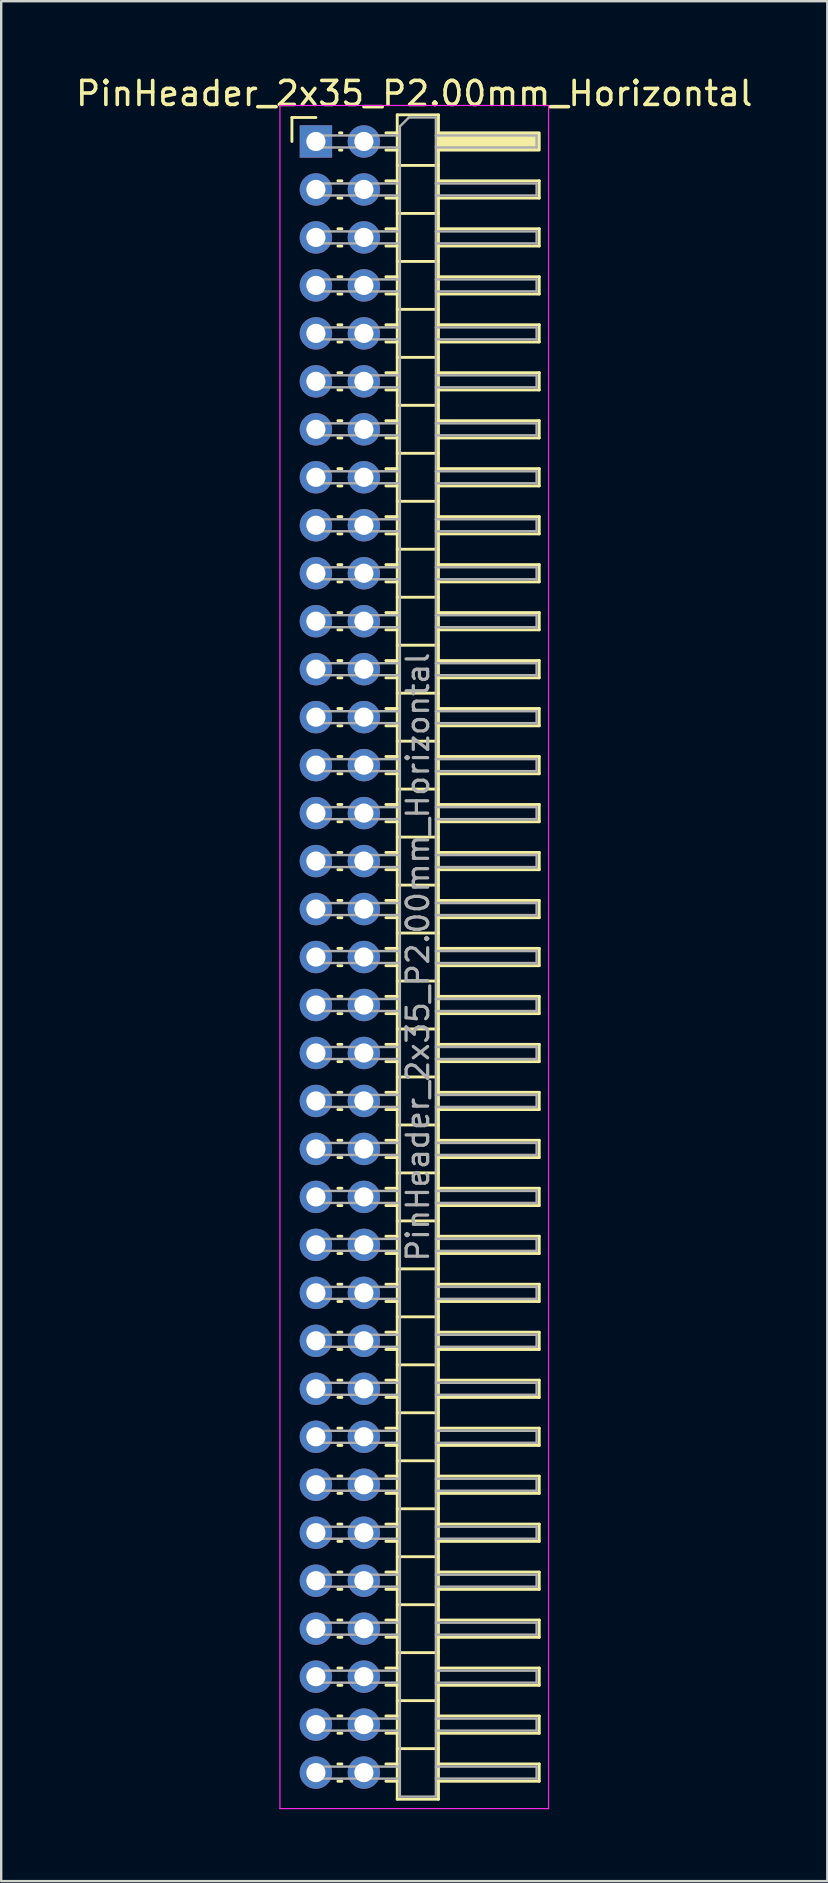
<source format=kicad_pcb>
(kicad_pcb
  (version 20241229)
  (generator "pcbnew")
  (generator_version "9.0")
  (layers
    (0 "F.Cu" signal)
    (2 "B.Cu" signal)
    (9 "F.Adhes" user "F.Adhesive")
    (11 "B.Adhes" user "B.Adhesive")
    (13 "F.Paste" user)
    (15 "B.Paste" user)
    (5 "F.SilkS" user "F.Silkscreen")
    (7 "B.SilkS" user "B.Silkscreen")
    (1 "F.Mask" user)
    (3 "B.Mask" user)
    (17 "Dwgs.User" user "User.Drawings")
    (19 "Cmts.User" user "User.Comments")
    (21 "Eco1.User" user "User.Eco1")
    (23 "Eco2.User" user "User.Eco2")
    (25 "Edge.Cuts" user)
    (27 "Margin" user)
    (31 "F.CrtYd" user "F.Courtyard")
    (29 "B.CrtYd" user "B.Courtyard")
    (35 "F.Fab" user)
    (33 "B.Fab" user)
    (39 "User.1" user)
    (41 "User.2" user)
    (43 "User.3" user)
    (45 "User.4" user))
  (footprint "PinHeader_2x35_P2.00mm_Horizontal"
    (layer "F.Cu")
    (at 10.12 2.848)
    (property "Reference" "PinHeader_2x35_P2.00mm_Horizontal" (at 4.1 -2 0) (layer "F.SilkS") (effects (font (size 1 1) (thickness 0.15))))
    (attr through_hole)
    (fp_line (start -1 -1) (end 0 -1) (stroke (width 0.12) (type solid)) (layer "F.SilkS"))
    (fp_line (start -1 0) (end -1 -1) (stroke (width 0.12) (type solid)) (layer "F.SilkS"))
    (fp_line (start 0.917 1.64) (end 1.083 1.64) (stroke (width 0.12) (type solid)) (layer "F.SilkS"))
    (fp_line (start 0.917 2.36) (end 1.083 2.36) (stroke (width 0.12) (type solid)) (layer "F.SilkS"))
    (fp_line (start 0.917 3.64) (end 1.083 3.64) (stroke (width 0.12) (type solid)) (layer "F.SilkS"))
    (fp_line (start 0.917 4.36) (end 1.083 4.36) (stroke (width 0.12) (type solid)) (layer "F.SilkS"))
    (fp_line (start 0.917 5.64) (end 1.083 5.64) (stroke (width 0.12) (type solid)) (layer "F.SilkS"))
    (fp_line (start 0.917 6.36) (end 1.083 6.36) (stroke (width 0.12) (type solid)) (layer "F.SilkS"))
    (fp_line (start 0.917 7.64) (end 1.083 7.64) (stroke (width 0.12) (type solid)) (layer "F.SilkS"))
    (fp_line (start 0.917 8.36) (end 1.083 8.36) (stroke (width 0.12) (type solid)) (layer "F.SilkS"))
    (fp_line (start 0.917 9.64) (end 1.083 9.64) (stroke (width 0.12) (type solid)) (layer "F.SilkS"))
    (fp_line (start 0.917 10.36) (end 1.083 10.36) (stroke (width 0.12) (type solid)) (layer "F.SilkS"))
    (fp_line (start 0.917 11.64) (end 1.083 11.64) (stroke (width 0.12) (type solid)) (layer "F.SilkS"))
    (fp_line (start 0.917 12.36) (end 1.083 12.36) (stroke (width 0.12) (type solid)) (layer "F.SilkS"))
    (fp_line (start 0.917 13.64) (end 1.083 13.64) (stroke (width 0.12) (type solid)) (layer "F.SilkS"))
    (fp_line (start 0.917 14.36) (end 1.083 14.36) (stroke (width 0.12) (type solid)) (layer "F.SilkS"))
    (fp_line (start 0.917 15.64) (end 1.083 15.64) (stroke (width 0.12) (type solid)) (layer "F.SilkS"))
    (fp_line (start 0.917 16.36) (end 1.083 16.36) (stroke (width 0.12) (type solid)) (layer "F.SilkS"))
    (fp_line (start 0.917 17.64) (end 1.083 17.64) (stroke (width 0.12) (type solid)) (layer "F.SilkS"))
    (fp_line (start 0.917 18.36) (end 1.083 18.36) (stroke (width 0.12) (type solid)) (layer "F.SilkS"))
    (fp_line (start 0.917 19.64) (end 1.083 19.64) (stroke (width 0.12) (type solid)) (layer "F.SilkS"))
    (fp_line (start 0.917 20.36) (end 1.083 20.36) (stroke (width 0.12) (type solid)) (layer "F.SilkS"))
    (fp_line (start 0.917 21.64) (end 1.083 21.64) (stroke (width 0.12) (type solid)) (layer "F.SilkS"))
    (fp_line (start 0.917 22.36) (end 1.083 22.36) (stroke (width 0.12) (type solid)) (layer "F.SilkS"))
    (fp_line (start 0.917 23.64) (end 1.083 23.64) (stroke (width 0.12) (type solid)) (layer "F.SilkS"))
    (fp_line (start 0.917 24.36) (end 1.083 24.36) (stroke (width 0.12) (type solid)) (layer "F.SilkS"))
    (fp_line (start 0.917 25.64) (end 1.083 25.64) (stroke (width 0.12) (type solid)) (layer "F.SilkS"))
    (fp_line (start 0.917 26.36) (end 1.083 26.36) (stroke (width 0.12) (type solid)) (layer "F.SilkS"))
    (fp_line (start 0.917 27.64) (end 1.083 27.64) (stroke (width 0.12) (type solid)) (layer "F.SilkS"))
    (fp_line (start 0.917 28.36) (end 1.083 28.36) (stroke (width 0.12) (type solid)) (layer "F.SilkS"))
    (fp_line (start 0.917 29.64) (end 1.083 29.64) (stroke (width 0.12) (type solid)) (layer "F.SilkS"))
    (fp_line (start 0.917 30.36) (end 1.083 30.36) (stroke (width 0.12) (type solid)) (layer "F.SilkS"))
    (fp_line (start 0.917 31.64) (end 1.083 31.64) (stroke (width 0.12) (type solid)) (layer "F.SilkS"))
    (fp_line (start 0.917 32.36) (end 1.083 32.36) (stroke (width 0.12) (type solid)) (layer "F.SilkS"))
    (fp_line (start 0.917 33.64) (end 1.083 33.64) (stroke (width 0.12) (type solid)) (layer "F.SilkS"))
    (fp_line (start 0.917 34.36) (end 1.083 34.36) (stroke (width 0.12) (type solid)) (layer "F.SilkS"))
    (fp_line (start 0.917 35.64) (end 1.083 35.64) (stroke (width 0.12) (type solid)) (layer "F.SilkS"))
    (fp_line (start 0.917 36.36) (end 1.083 36.36) (stroke (width 0.12) (type solid)) (layer "F.SilkS"))
    (fp_line (start 0.917 37.64) (end 1.083 37.64) (stroke (width 0.12) (type solid)) (layer "F.SilkS"))
    (fp_line (start 0.917 38.36) (end 1.083 38.36) (stroke (width 0.12) (type solid)) (layer "F.SilkS"))
    (fp_line (start 0.917 39.64) (end 1.083 39.64) (stroke (width 0.12) (type solid)) (layer "F.SilkS"))
    (fp_line (start 0.917 40.36) (end 1.083 40.36) (stroke (width 0.12) (type solid)) (layer "F.SilkS"))
    (fp_line (start 0.917 41.64) (end 1.083 41.64) (stroke (width 0.12) (type solid)) (layer "F.SilkS"))
    (fp_line (start 0.917 42.36) (end 1.083 42.36) (stroke (width 0.12) (type solid)) (layer "F.SilkS"))
    (fp_line (start 0.917 43.64) (end 1.083 43.64) (stroke (width 0.12) (type solid)) (layer "F.SilkS"))
    (fp_line (start 0.917 44.36) (end 1.083 44.36) (stroke (width 0.12) (type solid)) (layer "F.SilkS"))
    (fp_line (start 0.917 45.64) (end 1.083 45.64) (stroke (width 0.12) (type solid)) (layer "F.SilkS"))
    (fp_line (start 0.917 46.36) (end 1.083 46.36) (stroke (width 0.12) (type solid)) (layer "F.SilkS"))
    (fp_line (start 0.917 47.64) (end 1.083 47.64) (stroke (width 0.12) (type solid)) (layer "F.SilkS"))
    (fp_line (start 0.917 48.36) (end 1.083 48.36) (stroke (width 0.12) (type solid)) (layer "F.SilkS"))
    (fp_line (start 0.917 49.64) (end 1.083 49.64) (stroke (width 0.12) (type solid)) (layer "F.SilkS"))
    (fp_line (start 0.917 50.36) (end 1.083 50.36) (stroke (width 0.12) (type solid)) (layer "F.SilkS"))
    (fp_line (start 0.917 51.64) (end 1.083 51.64) (stroke (width 0.12) (type solid)) (layer "F.SilkS"))
    (fp_line (start 0.917 52.36) (end 1.083 52.36) (stroke (width 0.12) (type solid)) (layer "F.SilkS"))
    (fp_line (start 0.917 53.64) (end 1.083 53.64) (stroke (width 0.12) (type solid)) (layer "F.SilkS"))
    (fp_line (start 0.917 54.36) (end 1.083 54.36) (stroke (width 0.12) (type solid)) (layer "F.SilkS"))
    (fp_line (start 0.917 55.64) (end 1.083 55.64) (stroke (width 0.12) (type solid)) (layer "F.SilkS"))
    (fp_line (start 0.917 56.36) (end 1.083 56.36) (stroke (width 0.12) (type solid)) (layer "F.SilkS"))
    (fp_line (start 0.917 57.64) (end 1.083 57.64) (stroke (width 0.12) (type solid)) (layer "F.SilkS"))
    (fp_line (start 0.917 58.36) (end 1.083 58.36) (stroke (width 0.12) (type solid)) (layer "F.SilkS"))
    (fp_line (start 0.917 59.64) (end 1.083 59.64) (stroke (width 0.12) (type solid)) (layer "F.SilkS"))
    (fp_line (start 0.917 60.36) (end 1.083 60.36) (stroke (width 0.12) (type solid)) (layer "F.SilkS"))
    (fp_line (start 0.917 61.64) (end 1.083 61.64) (stroke (width 0.12) (type solid)) (layer "F.SilkS"))
    (fp_line (start 0.917 62.36) (end 1.083 62.36) (stroke (width 0.12) (type solid)) (layer "F.SilkS"))
    (fp_line (start 0.917 63.64) (end 1.083 63.64) (stroke (width 0.12) (type solid)) (layer "F.SilkS"))
    (fp_line (start 0.917 64.36) (end 1.083 64.36) (stroke (width 0.12) (type solid)) (layer "F.SilkS"))
    (fp_line (start 0.917 65.64) (end 1.083 65.64) (stroke (width 0.12) (type solid)) (layer "F.SilkS"))
    (fp_line (start 0.917 66.36) (end 1.083 66.36) (stroke (width 0.12) (type solid)) (layer "F.SilkS"))
    (fp_line (start 0.917 67.64) (end 1.083 67.64) (stroke (width 0.12) (type solid)) (layer "F.SilkS"))
    (fp_line (start 0.917 68.36) (end 1.083 68.36) (stroke (width 0.12) (type solid)) (layer "F.SilkS"))
    (fp_line (start 0.985 -0.36) (end 1.083 -0.36) (stroke (width 0.12) (type solid)) (layer "F.SilkS"))
    (fp_line (start 0.985 0.36) (end 1.083 0.36) (stroke (width 0.12) (type solid)) (layer "F.SilkS"))
    (fp_line (start 2.917 -0.36) (end 3.39 -0.36) (stroke (width 0.12) (type solid)) (layer "F.SilkS"))
    (fp_line (start 2.917 0.36) (end 3.39 0.36) (stroke (width 0.12) (type solid)) (layer "F.SilkS"))
    (fp_line (start 2.917 1.64) (end 3.39 1.64) (stroke (width 0.12) (type solid)) (layer "F.SilkS"))
    (fp_line (start 2.917 2.36) (end 3.39 2.36) (stroke (width 0.12) (type solid)) (layer "F.SilkS"))
    (fp_line (start 2.917 3.64) (end 3.39 3.64) (stroke (width 0.12) (type solid)) (layer "F.SilkS"))
    (fp_line (start 2.917 4.36) (end 3.39 4.36) (stroke (width 0.12) (type solid)) (layer "F.SilkS"))
    (fp_line (start 2.917 5.64) (end 3.39 5.64) (stroke (width 0.12) (type solid)) (layer "F.SilkS"))
    (fp_line (start 2.917 6.36) (end 3.39 6.36) (stroke (width 0.12) (type solid)) (layer "F.SilkS"))
    (fp_line (start 2.917 7.64) (end 3.39 7.64) (stroke (width 0.12) (type solid)) (layer "F.SilkS"))
    (fp_line (start 2.917 8.36) (end 3.39 8.36) (stroke (width 0.12) (type solid)) (layer "F.SilkS"))
    (fp_line (start 2.917 9.64) (end 3.39 9.64) (stroke (width 0.12) (type solid)) (layer "F.SilkS"))
    (fp_line (start 2.917 10.36) (end 3.39 10.36) (stroke (width 0.12) (type solid)) (layer "F.SilkS"))
    (fp_line (start 2.917 11.64) (end 3.39 11.64) (stroke (width 0.12) (type solid)) (layer "F.SilkS"))
    (fp_line (start 2.917 12.36) (end 3.39 12.36) (stroke (width 0.12) (type solid)) (layer "F.SilkS"))
    (fp_line (start 2.917 13.64) (end 3.39 13.64) (stroke (width 0.12) (type solid)) (layer "F.SilkS"))
    (fp_line (start 2.917 14.36) (end 3.39 14.36) (stroke (width 0.12) (type solid)) (layer "F.SilkS"))
    (fp_line (start 2.917 15.64) (end 3.39 15.64) (stroke (width 0.12) (type solid)) (layer "F.SilkS"))
    (fp_line (start 2.917 16.36) (end 3.39 16.36) (stroke (width 0.12) (type solid)) (layer "F.SilkS"))
    (fp_line (start 2.917 17.64) (end 3.39 17.64) (stroke (width 0.12) (type solid)) (layer "F.SilkS"))
    (fp_line (start 2.917 18.36) (end 3.39 18.36) (stroke (width 0.12) (type solid)) (layer "F.SilkS"))
    (fp_line (start 2.917 19.64) (end 3.39 19.64) (stroke (width 0.12) (type solid)) (layer "F.SilkS"))
    (fp_line (start 2.917 20.36) (end 3.39 20.36) (stroke (width 0.12) (type solid)) (layer "F.SilkS"))
    (fp_line (start 2.917 21.64) (end 3.39 21.64) (stroke (width 0.12) (type solid)) (layer "F.SilkS"))
    (fp_line (start 2.917 22.36) (end 3.39 22.36) (stroke (width 0.12) (type solid)) (layer "F.SilkS"))
    (fp_line (start 2.917 23.64) (end 3.39 23.64) (stroke (width 0.12) (type solid)) (layer "F.SilkS"))
    (fp_line (start 2.917 24.36) (end 3.39 24.36) (stroke (width 0.12) (type solid)) (layer "F.SilkS"))
    (fp_line (start 2.917 25.64) (end 3.39 25.64) (stroke (width 0.12) (type solid)) (layer "F.SilkS"))
    (fp_line (start 2.917 26.36) (end 3.39 26.36) (stroke (width 0.12) (type solid)) (layer "F.SilkS"))
    (fp_line (start 2.917 27.64) (end 3.39 27.64) (stroke (width 0.12) (type solid)) (layer "F.SilkS"))
    (fp_line (start 2.917 28.36) (end 3.39 28.36) (stroke (width 0.12) (type solid)) (layer "F.SilkS"))
    (fp_line (start 2.917 29.64) (end 3.39 29.64) (stroke (width 0.12) (type solid)) (layer "F.SilkS"))
    (fp_line (start 2.917 30.36) (end 3.39 30.36) (stroke (width 0.12) (type solid)) (layer "F.SilkS"))
    (fp_line (start 2.917 31.64) (end 3.39 31.64) (stroke (width 0.12) (type solid)) (layer "F.SilkS"))
    (fp_line (start 2.917 32.36) (end 3.39 32.36) (stroke (width 0.12) (type solid)) (layer "F.SilkS"))
    (fp_line (start 2.917 33.64) (end 3.39 33.64) (stroke (width 0.12) (type solid)) (layer "F.SilkS"))
    (fp_line (start 2.917 34.36) (end 3.39 34.36) (stroke (width 0.12) (type solid)) (layer "F.SilkS"))
    (fp_line (start 2.917 35.64) (end 3.39 35.64) (stroke (width 0.12) (type solid)) (layer "F.SilkS"))
    (fp_line (start 2.917 36.36) (end 3.39 36.36) (stroke (width 0.12) (type solid)) (layer "F.SilkS"))
    (fp_line (start 2.917 37.64) (end 3.39 37.64) (stroke (width 0.12) (type solid)) (layer "F.SilkS"))
    (fp_line (start 2.917 38.36) (end 3.39 38.36) (stroke (width 0.12) (type solid)) (layer "F.SilkS"))
    (fp_line (start 2.917 39.64) (end 3.39 39.64) (stroke (width 0.12) (type solid)) (layer "F.SilkS"))
    (fp_line (start 2.917 40.36) (end 3.39 40.36) (stroke (width 0.12) (type solid)) (layer "F.SilkS"))
    (fp_line (start 2.917 41.64) (end 3.39 41.64) (stroke (width 0.12) (type solid)) (layer "F.SilkS"))
    (fp_line (start 2.917 42.36) (end 3.39 42.36) (stroke (width 0.12) (type solid)) (layer "F.SilkS"))
    (fp_line (start 2.917 43.64) (end 3.39 43.64) (stroke (width 0.12) (type solid)) (layer "F.SilkS"))
    (fp_line (start 2.917 44.36) (end 3.39 44.36) (stroke (width 0.12) (type solid)) (layer "F.SilkS"))
    (fp_line (start 2.917 45.64) (end 3.39 45.64) (stroke (width 0.12) (type solid)) (layer "F.SilkS"))
    (fp_line (start 2.917 46.36) (end 3.39 46.36) (stroke (width 0.12) (type solid)) (layer "F.SilkS"))
    (fp_line (start 2.917 47.64) (end 3.39 47.64) (stroke (width 0.12) (type solid)) (layer "F.SilkS"))
    (fp_line (start 2.917 48.36) (end 3.39 48.36) (stroke (width 0.12) (type solid)) (layer "F.SilkS"))
    (fp_line (start 2.917 49.64) (end 3.39 49.64) (stroke (width 0.12) (type solid)) (layer "F.SilkS"))
    (fp_line (start 2.917 50.36) (end 3.39 50.36) (stroke (width 0.12) (type solid)) (layer "F.SilkS"))
    (fp_line (start 2.917 51.64) (end 3.39 51.64) (stroke (width 0.12) (type solid)) (layer "F.SilkS"))
    (fp_line (start 2.917 52.36) (end 3.39 52.36) (stroke (width 0.12) (type solid)) (layer "F.SilkS"))
    (fp_line (start 2.917 53.64) (end 3.39 53.64) (stroke (width 0.12) (type solid)) (layer "F.SilkS"))
    (fp_line (start 2.917 54.36) (end 3.39 54.36) (stroke (width 0.12) (type solid)) (layer "F.SilkS"))
    (fp_line (start 2.917 55.64) (end 3.39 55.64) (stroke (width 0.12) (type solid)) (layer "F.SilkS"))
    (fp_line (start 2.917 56.36) (end 3.39 56.36) (stroke (width 0.12) (type solid)) (layer "F.SilkS"))
    (fp_line (start 2.917 57.64) (end 3.39 57.64) (stroke (width 0.12) (type solid)) (layer "F.SilkS"))
    (fp_line (start 2.917 58.36) (end 3.39 58.36) (stroke (width 0.12) (type solid)) (layer "F.SilkS"))
    (fp_line (start 2.917 59.64) (end 3.39 59.64) (stroke (width 0.12) (type solid)) (layer "F.SilkS"))
    (fp_line (start 2.917 60.36) (end 3.39 60.36) (stroke (width 0.12) (type solid)) (layer "F.SilkS"))
    (fp_line (start 2.917 61.64) (end 3.39 61.64) (stroke (width 0.12) (type solid)) (layer "F.SilkS"))
    (fp_line (start 2.917 62.36) (end 3.39 62.36) (stroke (width 0.12) (type solid)) (layer "F.SilkS"))
    (fp_line (start 2.917 63.64) (end 3.39 63.64) (stroke (width 0.12) (type solid)) (layer "F.SilkS"))
    (fp_line (start 2.917 64.36) (end 3.39 64.36) (stroke (width 0.12) (type solid)) (layer "F.SilkS"))
    (fp_line (start 2.917 65.64) (end 3.39 65.64) (stroke (width 0.12) (type solid)) (layer "F.SilkS"))
    (fp_line (start 2.917 66.36) (end 3.39 66.36) (stroke (width 0.12) (type solid)) (layer "F.SilkS"))
    (fp_line (start 2.917 67.64) (end 3.39 67.64) (stroke (width 0.12) (type solid)) (layer "F.SilkS"))
    (fp_line (start 2.917 68.36) (end 3.39 68.36) (stroke (width 0.12) (type solid)) (layer "F.SilkS"))
    (fp_line (start 3.39 -1.11) (end 3.39 69.11) (stroke (width 0.12) (type solid)) (layer "F.SilkS"))
    (fp_line (start 3.39 1) (end 5.11 1) (stroke (width 0.12) (type solid)) (layer "F.SilkS"))
    (fp_line (start 3.39 3) (end 5.11 3) (stroke (width 0.12) (type solid)) (layer "F.SilkS"))
    (fp_line (start 3.39 5) (end 5.11 5) (stroke (width 0.12) (type solid)) (layer "F.SilkS"))
    (fp_line (start 3.39 7) (end 5.11 7) (stroke (width 0.12) (type solid)) (layer "F.SilkS"))
    (fp_line (start 3.39 9) (end 5.11 9) (stroke (width 0.12) (type solid)) (layer "F.SilkS"))
    (fp_line (start 3.39 11) (end 5.11 11) (stroke (width 0.12) (type solid)) (layer "F.SilkS"))
    (fp_line (start 3.39 13) (end 5.11 13) (stroke (width 0.12) (type solid)) (layer "F.SilkS"))
    (fp_line (start 3.39 15) (end 5.11 15) (stroke (width 0.12) (type solid)) (layer "F.SilkS"))
    (fp_line (start 3.39 17) (end 5.11 17) (stroke (width 0.12) (type solid)) (layer "F.SilkS"))
    (fp_line (start 3.39 19) (end 5.11 19) (stroke (width 0.12) (type solid)) (layer "F.SilkS"))
    (fp_line (start 3.39 21) (end 5.11 21) (stroke (width 0.12) (type solid)) (layer "F.SilkS"))
    (fp_line (start 3.39 23) (end 5.11 23) (stroke (width 0.12) (type solid)) (layer "F.SilkS"))
    (fp_line (start 3.39 25) (end 5.11 25) (stroke (width 0.12) (type solid)) (layer "F.SilkS"))
    (fp_line (start 3.39 27) (end 5.11 27) (stroke (width 0.12) (type solid)) (layer "F.SilkS"))
    (fp_line (start 3.39 29) (end 5.11 29) (stroke (width 0.12) (type solid)) (layer "F.SilkS"))
    (fp_line (start 3.39 31) (end 5.11 31) (stroke (width 0.12) (type solid)) (layer "F.SilkS"))
    (fp_line (start 3.39 33) (end 5.11 33) (stroke (width 0.12) (type solid)) (layer "F.SilkS"))
    (fp_line (start 3.39 35) (end 5.11 35) (stroke (width 0.12) (type solid)) (layer "F.SilkS"))
    (fp_line (start 3.39 37) (end 5.11 37) (stroke (width 0.12) (type solid)) (layer "F.SilkS"))
    (fp_line (start 3.39 39) (end 5.11 39) (stroke (width 0.12) (type solid)) (layer "F.SilkS"))
    (fp_line (start 3.39 41) (end 5.11 41) (stroke (width 0.12) (type solid)) (layer "F.SilkS"))
    (fp_line (start 3.39 43) (end 5.11 43) (stroke (width 0.12) (type solid)) (layer "F.SilkS"))
    (fp_line (start 3.39 45) (end 5.11 45) (stroke (width 0.12) (type solid)) (layer "F.SilkS"))
    (fp_line (start 3.39 47) (end 5.11 47) (stroke (width 0.12) (type solid)) (layer "F.SilkS"))
    (fp_line (start 3.39 49) (end 5.11 49) (stroke (width 0.12) (type solid)) (layer "F.SilkS"))
    (fp_line (start 3.39 51) (end 5.11 51) (stroke (width 0.12) (type solid)) (layer "F.SilkS"))
    (fp_line (start 3.39 53) (end 5.11 53) (stroke (width 0.12) (type solid)) (layer "F.SilkS"))
    (fp_line (start 3.39 55) (end 5.11 55) (stroke (width 0.12) (type solid)) (layer "F.SilkS"))
    (fp_line (start 3.39 57) (end 5.11 57) (stroke (width 0.12) (type solid)) (layer "F.SilkS"))
    (fp_line (start 3.39 59) (end 5.11 59) (stroke (width 0.12) (type solid)) (layer "F.SilkS"))
    (fp_line (start 3.39 61) (end 5.11 61) (stroke (width 0.12) (type solid)) (layer "F.SilkS"))
    (fp_line (start 3.39 63) (end 5.11 63) (stroke (width 0.12) (type solid)) (layer "F.SilkS"))
    (fp_line (start 3.39 65) (end 5.11 65) (stroke (width 0.12) (type solid)) (layer "F.SilkS"))
    (fp_line (start 3.39 67) (end 5.11 67) (stroke (width 0.12) (type solid)) (layer "F.SilkS"))
    (fp_line (start 3.39 69.11) (end 5.11 69.11) (stroke (width 0.12) (type solid)) (layer "F.SilkS"))
    (fp_line (start 5.11 -1.11) (end 3.39 -1.11) (stroke (width 0.12) (type solid)) (layer "F.SilkS"))
    (fp_line (start 5.11 1.64) (end 9.31 1.64) (stroke (width 0.12) (type solid)) (layer "F.SilkS"))
    (fp_line (start 5.11 3.64) (end 9.31 3.64) (stroke (width 0.12) (type solid)) (layer "F.SilkS"))
    (fp_line (start 5.11 5.64) (end 9.31 5.64) (stroke (width 0.12) (type solid)) (layer "F.SilkS"))
    (fp_line (start 5.11 7.64) (end 9.31 7.64) (stroke (width 0.12) (type solid)) (layer "F.SilkS"))
    (fp_line (start 5.11 9.64) (end 9.31 9.64) (stroke (width 0.12) (type solid)) (layer "F.SilkS"))
    (fp_line (start 5.11 11.64) (end 9.31 11.64) (stroke (width 0.12) (type solid)) (layer "F.SilkS"))
    (fp_line (start 5.11 13.64) (end 9.31 13.64) (stroke (width 0.12) (type solid)) (layer "F.SilkS"))
    (fp_line (start 5.11 15.64) (end 9.31 15.64) (stroke (width 0.12) (type solid)) (layer "F.SilkS"))
    (fp_line (start 5.11 17.64) (end 9.31 17.64) (stroke (width 0.12) (type solid)) (layer "F.SilkS"))
    (fp_line (start 5.11 19.64) (end 9.31 19.64) (stroke (width 0.12) (type solid)) (layer "F.SilkS"))
    (fp_line (start 5.11 21.64) (end 9.31 21.64) (stroke (width 0.12) (type solid)) (layer "F.SilkS"))
    (fp_line (start 5.11 23.64) (end 9.31 23.64) (stroke (width 0.12) (type solid)) (layer "F.SilkS"))
    (fp_line (start 5.11 25.64) (end 9.31 25.64) (stroke (width 0.12) (type solid)) (layer "F.SilkS"))
    (fp_line (start 5.11 27.64) (end 9.31 27.64) (stroke (width 0.12) (type solid)) (layer "F.SilkS"))
    (fp_line (start 5.11 29.64) (end 9.31 29.64) (stroke (width 0.12) (type solid)) (layer "F.SilkS"))
    (fp_line (start 5.11 31.64) (end 9.31 31.64) (stroke (width 0.12) (type solid)) (layer "F.SilkS"))
    (fp_line (start 5.11 33.64) (end 9.31 33.64) (stroke (width 0.12) (type solid)) (layer "F.SilkS"))
    (fp_line (start 5.11 35.64) (end 9.31 35.64) (stroke (width 0.12) (type solid)) (layer "F.SilkS"))
    (fp_line (start 5.11 37.64) (end 9.31 37.64) (stroke (width 0.12) (type solid)) (layer "F.SilkS"))
    (fp_line (start 5.11 39.64) (end 9.31 39.64) (stroke (width 0.12) (type solid)) (layer "F.SilkS"))
    (fp_line (start 5.11 41.64) (end 9.31 41.64) (stroke (width 0.12) (type solid)) (layer "F.SilkS"))
    (fp_line (start 5.11 43.64) (end 9.31 43.64) (stroke (width 0.12) (type solid)) (layer "F.SilkS"))
    (fp_line (start 5.11 45.64) (end 9.31 45.64) (stroke (width 0.12) (type solid)) (layer "F.SilkS"))
    (fp_line (start 5.11 47.64) (end 9.31 47.64) (stroke (width 0.12) (type solid)) (layer "F.SilkS"))
    (fp_line (start 5.11 49.64) (end 9.31 49.64) (stroke (width 0.12) (type solid)) (layer "F.SilkS"))
    (fp_line (start 5.11 51.64) (end 9.31 51.64) (stroke (width 0.12) (type solid)) (layer "F.SilkS"))
    (fp_line (start 5.11 53.64) (end 9.31 53.64) (stroke (width 0.12) (type solid)) (layer "F.SilkS"))
    (fp_line (start 5.11 55.64) (end 9.31 55.64) (stroke (width 0.12) (type solid)) (layer "F.SilkS"))
    (fp_line (start 5.11 57.64) (end 9.31 57.64) (stroke (width 0.12) (type solid)) (layer "F.SilkS"))
    (fp_line (start 5.11 59.64) (end 9.31 59.64) (stroke (width 0.12) (type solid)) (layer "F.SilkS"))
    (fp_line (start 5.11 61.64) (end 9.31 61.64) (stroke (width 0.12) (type solid)) (layer "F.SilkS"))
    (fp_line (start 5.11 63.64) (end 9.31 63.64) (stroke (width 0.12) (type solid)) (layer "F.SilkS"))
    (fp_line (start 5.11 65.64) (end 9.31 65.64) (stroke (width 0.12) (type solid)) (layer "F.SilkS"))
    (fp_line (start 5.11 67.64) (end 9.31 67.64) (stroke (width 0.12) (type solid)) (layer "F.SilkS"))
    (fp_line (start 5.11 69.11) (end 5.11 -1.11) (stroke (width 0.12) (type solid)) (layer "F.SilkS"))
    (fp_line (start 9.31 1.64) (end 9.31 2.36) (stroke (width 0.12) (type solid)) (layer "F.SilkS"))
    (fp_line (start 9.31 2.36) (end 5.11 2.36) (stroke (width 0.12) (type solid)) (layer "F.SilkS"))
    (fp_line (start 9.31 3.64) (end 9.31 4.36) (stroke (width 0.12) (type solid)) (layer "F.SilkS"))
    (fp_line (start 9.31 4.36) (end 5.11 4.36) (stroke (width 0.12) (type solid)) (layer "F.SilkS"))
    (fp_line (start 9.31 5.64) (end 9.31 6.36) (stroke (width 0.12) (type solid)) (layer "F.SilkS"))
    (fp_line (start 9.31 6.36) (end 5.11 6.36) (stroke (width 0.12) (type solid)) (layer "F.SilkS"))
    (fp_line (start 9.31 7.64) (end 9.31 8.36) (stroke (width 0.12) (type solid)) (layer "F.SilkS"))
    (fp_line (start 9.31 8.36) (end 5.11 8.36) (stroke (width 0.12) (type solid)) (layer "F.SilkS"))
    (fp_line (start 9.31 9.64) (end 9.31 10.36) (stroke (width 0.12) (type solid)) (layer "F.SilkS"))
    (fp_line (start 9.31 10.36) (end 5.11 10.36) (stroke (width 0.12) (type solid)) (layer "F.SilkS"))
    (fp_line (start 9.31 11.64) (end 9.31 12.36) (stroke (width 0.12) (type solid)) (layer "F.SilkS"))
    (fp_line (start 9.31 12.36) (end 5.11 12.36) (stroke (width 0.12) (type solid)) (layer "F.SilkS"))
    (fp_line (start 9.31 13.64) (end 9.31 14.36) (stroke (width 0.12) (type solid)) (layer "F.SilkS"))
    (fp_line (start 9.31 14.36) (end 5.11 14.36) (stroke (width 0.12) (type solid)) (layer "F.SilkS"))
    (fp_line (start 9.31 15.64) (end 9.31 16.36) (stroke (width 0.12) (type solid)) (layer "F.SilkS"))
    (fp_line (start 9.31 16.36) (end 5.11 16.36) (stroke (width 0.12) (type solid)) (layer "F.SilkS"))
    (fp_line (start 9.31 17.64) (end 9.31 18.36) (stroke (width 0.12) (type solid)) (layer "F.SilkS"))
    (fp_line (start 9.31 18.36) (end 5.11 18.36) (stroke (width 0.12) (type solid)) (layer "F.SilkS"))
    (fp_line (start 9.31 19.64) (end 9.31 20.36) (stroke (width 0.12) (type solid)) (layer "F.SilkS"))
    (fp_line (start 9.31 20.36) (end 5.11 20.36) (stroke (width 0.12) (type solid)) (layer "F.SilkS"))
    (fp_line (start 9.31 21.64) (end 9.31 22.36) (stroke (width 0.12) (type solid)) (layer "F.SilkS"))
    (fp_line (start 9.31 22.36) (end 5.11 22.36) (stroke (width 0.12) (type solid)) (layer "F.SilkS"))
    (fp_line (start 9.31 23.64) (end 9.31 24.36) (stroke (width 0.12) (type solid)) (layer "F.SilkS"))
    (fp_line (start 9.31 24.36) (end 5.11 24.36) (stroke (width 0.12) (type solid)) (layer "F.SilkS"))
    (fp_line (start 9.31 25.64) (end 9.31 26.36) (stroke (width 0.12) (type solid)) (layer "F.SilkS"))
    (fp_line (start 9.31 26.36) (end 5.11 26.36) (stroke (width 0.12) (type solid)) (layer "F.SilkS"))
    (fp_line (start 9.31 27.64) (end 9.31 28.36) (stroke (width 0.12) (type solid)) (layer "F.SilkS"))
    (fp_line (start 9.31 28.36) (end 5.11 28.36) (stroke (width 0.12) (type solid)) (layer "F.SilkS"))
    (fp_line (start 9.31 29.64) (end 9.31 30.36) (stroke (width 0.12) (type solid)) (layer "F.SilkS"))
    (fp_line (start 9.31 30.36) (end 5.11 30.36) (stroke (width 0.12) (type solid)) (layer "F.SilkS"))
    (fp_line (start 9.31 31.64) (end 9.31 32.36) (stroke (width 0.12) (type solid)) (layer "F.SilkS"))
    (fp_line (start 9.31 32.36) (end 5.11 32.36) (stroke (width 0.12) (type solid)) (layer "F.SilkS"))
    (fp_line (start 9.31 33.64) (end 9.31 34.36) (stroke (width 0.12) (type solid)) (layer "F.SilkS"))
    (fp_line (start 9.31 34.36) (end 5.11 34.36) (stroke (width 0.12) (type solid)) (layer "F.SilkS"))
    (fp_line (start 9.31 35.64) (end 9.31 36.36) (stroke (width 0.12) (type solid)) (layer "F.SilkS"))
    (fp_line (start 9.31 36.36) (end 5.11 36.36) (stroke (width 0.12) (type solid)) (layer "F.SilkS"))
    (fp_line (start 9.31 37.64) (end 9.31 38.36) (stroke (width 0.12) (type solid)) (layer "F.SilkS"))
    (fp_line (start 9.31 38.36) (end 5.11 38.36) (stroke (width 0.12) (type solid)) (layer "F.SilkS"))
    (fp_line (start 9.31 39.64) (end 9.31 40.36) (stroke (width 0.12) (type solid)) (layer "F.SilkS"))
    (fp_line (start 9.31 40.36) (end 5.11 40.36) (stroke (width 0.12) (type solid)) (layer "F.SilkS"))
    (fp_line (start 9.31 41.64) (end 9.31 42.36) (stroke (width 0.12) (type solid)) (layer "F.SilkS"))
    (fp_line (start 9.31 42.36) (end 5.11 42.36) (stroke (width 0.12) (type solid)) (layer "F.SilkS"))
    (fp_line (start 9.31 43.64) (end 9.31 44.36) (stroke (width 0.12) (type solid)) (layer "F.SilkS"))
    (fp_line (start 9.31 44.36) (end 5.11 44.36) (stroke (width 0.12) (type solid)) (layer "F.SilkS"))
    (fp_line (start 9.31 45.64) (end 9.31 46.36) (stroke (width 0.12) (type solid)) (layer "F.SilkS"))
    (fp_line (start 9.31 46.36) (end 5.11 46.36) (stroke (width 0.12) (type solid)) (layer "F.SilkS"))
    (fp_line (start 9.31 47.64) (end 9.31 48.36) (stroke (width 0.12) (type solid)) (layer "F.SilkS"))
    (fp_line (start 9.31 48.36) (end 5.11 48.36) (stroke (width 0.12) (type solid)) (layer "F.SilkS"))
    (fp_line (start 9.31 49.64) (end 9.31 50.36) (stroke (width 0.12) (type solid)) (layer "F.SilkS"))
    (fp_line (start 9.31 50.36) (end 5.11 50.36) (stroke (width 0.12) (type solid)) (layer "F.SilkS"))
    (fp_line (start 9.31 51.64) (end 9.31 52.36) (stroke (width 0.12) (type solid)) (layer "F.SilkS"))
    (fp_line (start 9.31 52.36) (end 5.11 52.36) (stroke (width 0.12) (type solid)) (layer "F.SilkS"))
    (fp_line (start 9.31 53.64) (end 9.31 54.36) (stroke (width 0.12) (type solid)) (layer "F.SilkS"))
    (fp_line (start 9.31 54.36) (end 5.11 54.36) (stroke (width 0.12) (type solid)) (layer "F.SilkS"))
    (fp_line (start 9.31 55.64) (end 9.31 56.36) (stroke (width 0.12) (type solid)) (layer "F.SilkS"))
    (fp_line (start 9.31 56.36) (end 5.11 56.36) (stroke (width 0.12) (type solid)) (layer "F.SilkS"))
    (fp_line (start 9.31 57.64) (end 9.31 58.36) (stroke (width 0.12) (type solid)) (layer "F.SilkS"))
    (fp_line (start 9.31 58.36) (end 5.11 58.36) (stroke (width 0.12) (type solid)) (layer "F.SilkS"))
    (fp_line (start 9.31 59.64) (end 9.31 60.36) (stroke (width 0.12) (type solid)) (layer "F.SilkS"))
    (fp_line (start 9.31 60.36) (end 5.11 60.36) (stroke (width 0.12) (type solid)) (layer "F.SilkS"))
    (fp_line (start 9.31 61.64) (end 9.31 62.36) (stroke (width 0.12) (type solid)) (layer "F.SilkS"))
    (fp_line (start 9.31 62.36) (end 5.11 62.36) (stroke (width 0.12) (type solid)) (layer "F.SilkS"))
    (fp_line (start 9.31 63.64) (end 9.31 64.36) (stroke (width 0.12) (type solid)) (layer "F.SilkS"))
    (fp_line (start 9.31 64.36) (end 5.11 64.36) (stroke (width 0.12) (type solid)) (layer "F.SilkS"))
    (fp_line (start 9.31 65.64) (end 9.31 66.36) (stroke (width 0.12) (type solid)) (layer "F.SilkS"))
    (fp_line (start 9.31 66.36) (end 5.11 66.36) (stroke (width 0.12) (type solid)) (layer "F.SilkS"))
    (fp_line (start 9.31 67.64) (end 9.31 68.36) (stroke (width 0.12) (type solid)) (layer "F.SilkS"))
    (fp_line (start 9.31 68.36) (end 5.11 68.36) (stroke (width 0.12) (type solid)) (layer "F.SilkS"))
    (fp_rect (start 5.11 -0.36) (end 9.31 0.36) (stroke (width 0.12) (type solid)) (fill yes) (layer "F.SilkS"))
    (fp_line (start -1.5 -1.5) (end -1.5 69.5) (stroke (width 0.05) (type solid)) (layer "F.CrtYd"))
    (fp_line (start -1.5 69.5) (end 9.7 69.5) (stroke (width 0.05) (type solid)) (layer "F.CrtYd"))
    (fp_line (start 9.7 -1.5) (end -1.5 -1.5) (stroke (width 0.05) (type solid)) (layer "F.CrtYd"))
    (fp_line (start 9.7 69.5) (end 9.7 -1.5) (stroke (width 0.05) (type solid)) (layer "F.CrtYd"))
    (fp_line (start -0.25 -0.25) (end -0.25 0.25) (stroke (width 0.1) (type solid)) (layer "F.Fab"))
    (fp_line (start -0.25 -0.25) (end 3.5 -0.25) (stroke (width 0.1) (type solid)) (layer "F.Fab"))
    (fp_line (start -0.25 0.25) (end 3.5 0.25) (stroke (width 0.1) (type solid)) (layer "F.Fab"))
    (fp_line (start -0.25 1.75) (end -0.25 2.25) (stroke (width 0.1) (type solid)) (layer "F.Fab"))
    (fp_line (start -0.25 1.75) (end 3.5 1.75) (stroke (width 0.1) (type solid)) (layer "F.Fab"))
    (fp_line (start -0.25 2.25) (end 3.5 2.25) (stroke (width 0.1) (type solid)) (layer "F.Fab"))
    (fp_line (start -0.25 3.75) (end -0.25 4.25) (stroke (width 0.1) (type solid)) (layer "F.Fab"))
    (fp_line (start -0.25 3.75) (end 3.5 3.75) (stroke (width 0.1) (type solid)) (layer "F.Fab"))
    (fp_line (start -0.25 4.25) (end 3.5 4.25) (stroke (width 0.1) (type solid)) (layer "F.Fab"))
    (fp_line (start -0.25 5.75) (end -0.25 6.25) (stroke (width 0.1) (type solid)) (layer "F.Fab"))
    (fp_line (start -0.25 5.75) (end 3.5 5.75) (stroke (width 0.1) (type solid)) (layer "F.Fab"))
    (fp_line (start -0.25 6.25) (end 3.5 6.25) (stroke (width 0.1) (type solid)) (layer "F.Fab"))
    (fp_line (start -0.25 7.75) (end -0.25 8.25) (stroke (width 0.1) (type solid)) (layer "F.Fab"))
    (fp_line (start -0.25 7.75) (end 3.5 7.75) (stroke (width 0.1) (type solid)) (layer "F.Fab"))
    (fp_line (start -0.25 8.25) (end 3.5 8.25) (stroke (width 0.1) (type solid)) (layer "F.Fab"))
    (fp_line (start -0.25 9.75) (end -0.25 10.25) (stroke (width 0.1) (type solid)) (layer "F.Fab"))
    (fp_line (start -0.25 9.75) (end 3.5 9.75) (stroke (width 0.1) (type solid)) (layer "F.Fab"))
    (fp_line (start -0.25 10.25) (end 3.5 10.25) (stroke (width 0.1) (type solid)) (layer "F.Fab"))
    (fp_line (start -0.25 11.75) (end -0.25 12.25) (stroke (width 0.1) (type solid)) (layer "F.Fab"))
    (fp_line (start -0.25 11.75) (end 3.5 11.75) (stroke (width 0.1) (type solid)) (layer "F.Fab"))
    (fp_line (start -0.25 12.25) (end 3.5 12.25) (stroke (width 0.1) (type solid)) (layer "F.Fab"))
    (fp_line (start -0.25 13.75) (end -0.25 14.25) (stroke (width 0.1) (type solid)) (layer "F.Fab"))
    (fp_line (start -0.25 13.75) (end 3.5 13.75) (stroke (width 0.1) (type solid)) (layer "F.Fab"))
    (fp_line (start -0.25 14.25) (end 3.5 14.25) (stroke (width 0.1) (type solid)) (layer "F.Fab"))
    (fp_line (start -0.25 15.75) (end -0.25 16.25) (stroke (width 0.1) (type solid)) (layer "F.Fab"))
    (fp_line (start -0.25 15.75) (end 3.5 15.75) (stroke (width 0.1) (type solid)) (layer "F.Fab"))
    (fp_line (start -0.25 16.25) (end 3.5 16.25) (stroke (width 0.1) (type solid)) (layer "F.Fab"))
    (fp_line (start -0.25 17.75) (end -0.25 18.25) (stroke (width 0.1) (type solid)) (layer "F.Fab"))
    (fp_line (start -0.25 17.75) (end 3.5 17.75) (stroke (width 0.1) (type solid)) (layer "F.Fab"))
    (fp_line (start -0.25 18.25) (end 3.5 18.25) (stroke (width 0.1) (type solid)) (layer "F.Fab"))
    (fp_line (start -0.25 19.75) (end -0.25 20.25) (stroke (width 0.1) (type solid)) (layer "F.Fab"))
    (fp_line (start -0.25 19.75) (end 3.5 19.75) (stroke (width 0.1) (type solid)) (layer "F.Fab"))
    (fp_line (start -0.25 20.25) (end 3.5 20.25) (stroke (width 0.1) (type solid)) (layer "F.Fab"))
    (fp_line (start -0.25 21.75) (end -0.25 22.25) (stroke (width 0.1) (type solid)) (layer "F.Fab"))
    (fp_line (start -0.25 21.75) (end 3.5 21.75) (stroke (width 0.1) (type solid)) (layer "F.Fab"))
    (fp_line (start -0.25 22.25) (end 3.5 22.25) (stroke (width 0.1) (type solid)) (layer "F.Fab"))
    (fp_line (start -0.25 23.75) (end -0.25 24.25) (stroke (width 0.1) (type solid)) (layer "F.Fab"))
    (fp_line (start -0.25 23.75) (end 3.5 23.75) (stroke (width 0.1) (type solid)) (layer "F.Fab"))
    (fp_line (start -0.25 24.25) (end 3.5 24.25) (stroke (width 0.1) (type solid)) (layer "F.Fab"))
    (fp_line (start -0.25 25.75) (end -0.25 26.25) (stroke (width 0.1) (type solid)) (layer "F.Fab"))
    (fp_line (start -0.25 25.75) (end 3.5 25.75) (stroke (width 0.1) (type solid)) (layer "F.Fab"))
    (fp_line (start -0.25 26.25) (end 3.5 26.25) (stroke (width 0.1) (type solid)) (layer "F.Fab"))
    (fp_line (start -0.25 27.75) (end -0.25 28.25) (stroke (width 0.1) (type solid)) (layer "F.Fab"))
    (fp_line (start -0.25 27.75) (end 3.5 27.75) (stroke (width 0.1) (type solid)) (layer "F.Fab"))
    (fp_line (start -0.25 28.25) (end 3.5 28.25) (stroke (width 0.1) (type solid)) (layer "F.Fab"))
    (fp_line (start -0.25 29.75) (end -0.25 30.25) (stroke (width 0.1) (type solid)) (layer "F.Fab"))
    (fp_line (start -0.25 29.75) (end 3.5 29.75) (stroke (width 0.1) (type solid)) (layer "F.Fab"))
    (fp_line (start -0.25 30.25) (end 3.5 30.25) (stroke (width 0.1) (type solid)) (layer "F.Fab"))
    (fp_line (start -0.25 31.75) (end -0.25 32.25) (stroke (width 0.1) (type solid)) (layer "F.Fab"))
    (fp_line (start -0.25 31.75) (end 3.5 31.75) (stroke (width 0.1) (type solid)) (layer "F.Fab"))
    (fp_line (start -0.25 32.25) (end 3.5 32.25) (stroke (width 0.1) (type solid)) (layer "F.Fab"))
    (fp_line (start -0.25 33.75) (end -0.25 34.25) (stroke (width 0.1) (type solid)) (layer "F.Fab"))
    (fp_line (start -0.25 33.75) (end 3.5 33.75) (stroke (width 0.1) (type solid)) (layer "F.Fab"))
    (fp_line (start -0.25 34.25) (end 3.5 34.25) (stroke (width 0.1) (type solid)) (layer "F.Fab"))
    (fp_line (start -0.25 35.75) (end -0.25 36.25) (stroke (width 0.1) (type solid)) (layer "F.Fab"))
    (fp_line (start -0.25 35.75) (end 3.5 35.75) (stroke (width 0.1) (type solid)) (layer "F.Fab"))
    (fp_line (start -0.25 36.25) (end 3.5 36.25) (stroke (width 0.1) (type solid)) (layer "F.Fab"))
    (fp_line (start -0.25 37.75) (end -0.25 38.25) (stroke (width 0.1) (type solid)) (layer "F.Fab"))
    (fp_line (start -0.25 37.75) (end 3.5 37.75) (stroke (width 0.1) (type solid)) (layer "F.Fab"))
    (fp_line (start -0.25 38.25) (end 3.5 38.25) (stroke (width 0.1) (type solid)) (layer "F.Fab"))
    (fp_line (start -0.25 39.75) (end -0.25 40.25) (stroke (width 0.1) (type solid)) (layer "F.Fab"))
    (fp_line (start -0.25 39.75) (end 3.5 39.75) (stroke (width 0.1) (type solid)) (layer "F.Fab"))
    (fp_line (start -0.25 40.25) (end 3.5 40.25) (stroke (width 0.1) (type solid)) (layer "F.Fab"))
    (fp_line (start -0.25 41.75) (end -0.25 42.25) (stroke (width 0.1) (type solid)) (layer "F.Fab"))
    (fp_line (start -0.25 41.75) (end 3.5 41.75) (stroke (width 0.1) (type solid)) (layer "F.Fab"))
    (fp_line (start -0.25 42.25) (end 3.5 42.25) (stroke (width 0.1) (type solid)) (layer "F.Fab"))
    (fp_line (start -0.25 43.75) (end -0.25 44.25) (stroke (width 0.1) (type solid)) (layer "F.Fab"))
    (fp_line (start -0.25 43.75) (end 3.5 43.75) (stroke (width 0.1) (type solid)) (layer "F.Fab"))
    (fp_line (start -0.25 44.25) (end 3.5 44.25) (stroke (width 0.1) (type solid)) (layer "F.Fab"))
    (fp_line (start -0.25 45.75) (end -0.25 46.25) (stroke (width 0.1) (type solid)) (layer "F.Fab"))
    (fp_line (start -0.25 45.75) (end 3.5 45.75) (stroke (width 0.1) (type solid)) (layer "F.Fab"))
    (fp_line (start -0.25 46.25) (end 3.5 46.25) (stroke (width 0.1) (type solid)) (layer "F.Fab"))
    (fp_line (start -0.25 47.75) (end -0.25 48.25) (stroke (width 0.1) (type solid)) (layer "F.Fab"))
    (fp_line (start -0.25 47.75) (end 3.5 47.75) (stroke (width 0.1) (type solid)) (layer "F.Fab"))
    (fp_line (start -0.25 48.25) (end 3.5 48.25) (stroke (width 0.1) (type solid)) (layer "F.Fab"))
    (fp_line (start -0.25 49.75) (end -0.25 50.25) (stroke (width 0.1) (type solid)) (layer "F.Fab"))
    (fp_line (start -0.25 49.75) (end 3.5 49.75) (stroke (width 0.1) (type solid)) (layer "F.Fab"))
    (fp_line (start -0.25 50.25) (end 3.5 50.25) (stroke (width 0.1) (type solid)) (layer "F.Fab"))
    (fp_line (start -0.25 51.75) (end -0.25 52.25) (stroke (width 0.1) (type solid)) (layer "F.Fab"))
    (fp_line (start -0.25 51.75) (end 3.5 51.75) (stroke (width 0.1) (type solid)) (layer "F.Fab"))
    (fp_line (start -0.25 52.25) (end 3.5 52.25) (stroke (width 0.1) (type solid)) (layer "F.Fab"))
    (fp_line (start -0.25 53.75) (end -0.25 54.25) (stroke (width 0.1) (type solid)) (layer "F.Fab"))
    (fp_line (start -0.25 53.75) (end 3.5 53.75) (stroke (width 0.1) (type solid)) (layer "F.Fab"))
    (fp_line (start -0.25 54.25) (end 3.5 54.25) (stroke (width 0.1) (type solid)) (layer "F.Fab"))
    (fp_line (start -0.25 55.75) (end -0.25 56.25) (stroke (width 0.1) (type solid)) (layer "F.Fab"))
    (fp_line (start -0.25 55.75) (end 3.5 55.75) (stroke (width 0.1) (type solid)) (layer "F.Fab"))
    (fp_line (start -0.25 56.25) (end 3.5 56.25) (stroke (width 0.1) (type solid)) (layer "F.Fab"))
    (fp_line (start -0.25 57.75) (end -0.25 58.25) (stroke (width 0.1) (type solid)) (layer "F.Fab"))
    (fp_line (start -0.25 57.75) (end 3.5 57.75) (stroke (width 0.1) (type solid)) (layer "F.Fab"))
    (fp_line (start -0.25 58.25) (end 3.5 58.25) (stroke (width 0.1) (type solid)) (layer "F.Fab"))
    (fp_line (start -0.25 59.75) (end -0.25 60.25) (stroke (width 0.1) (type solid)) (layer "F.Fab"))
    (fp_line (start -0.25 59.75) (end 3.5 59.75) (stroke (width 0.1) (type solid)) (layer "F.Fab"))
    (fp_line (start -0.25 60.25) (end 3.5 60.25) (stroke (width 0.1) (type solid)) (layer "F.Fab"))
    (fp_line (start -0.25 61.75) (end -0.25 62.25) (stroke (width 0.1) (type solid)) (layer "F.Fab"))
    (fp_line (start -0.25 61.75) (end 3.5 61.75) (stroke (width 0.1) (type solid)) (layer "F.Fab"))
    (fp_line (start -0.25 62.25) (end 3.5 62.25) (stroke (width 0.1) (type solid)) (layer "F.Fab"))
    (fp_line (start -0.25 63.75) (end -0.25 64.25) (stroke (width 0.1) (type solid)) (layer "F.Fab"))
    (fp_line (start -0.25 63.75) (end 3.5 63.75) (stroke (width 0.1) (type solid)) (layer "F.Fab"))
    (fp_line (start -0.25 64.25) (end 3.5 64.25) (stroke (width 0.1) (type solid)) (layer "F.Fab"))
    (fp_line (start -0.25 65.75) (end -0.25 66.25) (stroke (width 0.1) (type solid)) (layer "F.Fab"))
    (fp_line (start -0.25 65.75) (end 3.5 65.75) (stroke (width 0.1) (type solid)) (layer "F.Fab"))
    (fp_line (start -0.25 66.25) (end 3.5 66.25) (stroke (width 0.1) (type solid)) (layer "F.Fab"))
    (fp_line (start -0.25 67.75) (end -0.25 68.25) (stroke (width 0.1) (type solid)) (layer "F.Fab"))
    (fp_line (start -0.25 67.75) (end 3.5 67.75) (stroke (width 0.1) (type solid)) (layer "F.Fab"))
    (fp_line (start -0.25 68.25) (end 3.5 68.25) (stroke (width 0.1) (type solid)) (layer "F.Fab"))
    (fp_line (start 3.5 -0.625) (end 3.875 -1) (stroke (width 0.1) (type solid)) (layer "F.Fab"))
    (fp_line (start 3.5 69) (end 3.5 -0.625) (stroke (width 0.1) (type solid)) (layer "F.Fab"))
    (fp_line (start 3.875 -1) (end 5 -1) (stroke (width 0.1) (type solid)) (layer "F.Fab"))
    (fp_line (start 5 -1) (end 5 69) (stroke (width 0.1) (type solid)) (layer "F.Fab"))
    (fp_line (start 5 -0.25) (end 9.2 -0.25) (stroke (width 0.1) (type solid)) (layer "F.Fab"))
    (fp_line (start 5 0.25) (end 9.2 0.25) (stroke (width 0.1) (type solid)) (layer "F.Fab"))
    (fp_line (start 5 1.75) (end 9.2 1.75) (stroke (width 0.1) (type solid)) (layer "F.Fab"))
    (fp_line (start 5 2.25) (end 9.2 2.25) (stroke (width 0.1) (type solid)) (layer "F.Fab"))
    (fp_line (start 5 3.75) (end 9.2 3.75) (stroke (width 0.1) (type solid)) (layer "F.Fab"))
    (fp_line (start 5 4.25) (end 9.2 4.25) (stroke (width 0.1) (type solid)) (layer "F.Fab"))
    (fp_line (start 5 5.75) (end 9.2 5.75) (stroke (width 0.1) (type solid)) (layer "F.Fab"))
    (fp_line (start 5 6.25) (end 9.2 6.25) (stroke (width 0.1) (type solid)) (layer "F.Fab"))
    (fp_line (start 5 7.75) (end 9.2 7.75) (stroke (width 0.1) (type solid)) (layer "F.Fab"))
    (fp_line (start 5 8.25) (end 9.2 8.25) (stroke (width 0.1) (type solid)) (layer "F.Fab"))
    (fp_line (start 5 9.75) (end 9.2 9.75) (stroke (width 0.1) (type solid)) (layer "F.Fab"))
    (fp_line (start 5 10.25) (end 9.2 10.25) (stroke (width 0.1) (type solid)) (layer "F.Fab"))
    (fp_line (start 5 11.75) (end 9.2 11.75) (stroke (width 0.1) (type solid)) (layer "F.Fab"))
    (fp_line (start 5 12.25) (end 9.2 12.25) (stroke (width 0.1) (type solid)) (layer "F.Fab"))
    (fp_line (start 5 13.75) (end 9.2 13.75) (stroke (width 0.1) (type solid)) (layer "F.Fab"))
    (fp_line (start 5 14.25) (end 9.2 14.25) (stroke (width 0.1) (type solid)) (layer "F.Fab"))
    (fp_line (start 5 15.75) (end 9.2 15.75) (stroke (width 0.1) (type solid)) (layer "F.Fab"))
    (fp_line (start 5 16.25) (end 9.2 16.25) (stroke (width 0.1) (type solid)) (layer "F.Fab"))
    (fp_line (start 5 17.75) (end 9.2 17.75) (stroke (width 0.1) (type solid)) (layer "F.Fab"))
    (fp_line (start 5 18.25) (end 9.2 18.25) (stroke (width 0.1) (type solid)) (layer "F.Fab"))
    (fp_line (start 5 19.75) (end 9.2 19.75) (stroke (width 0.1) (type solid)) (layer "F.Fab"))
    (fp_line (start 5 20.25) (end 9.2 20.25) (stroke (width 0.1) (type solid)) (layer "F.Fab"))
    (fp_line (start 5 21.75) (end 9.2 21.75) (stroke (width 0.1) (type solid)) (layer "F.Fab"))
    (fp_line (start 5 22.25) (end 9.2 22.25) (stroke (width 0.1) (type solid)) (layer "F.Fab"))
    (fp_line (start 5 23.75) (end 9.2 23.75) (stroke (width 0.1) (type solid)) (layer "F.Fab"))
    (fp_line (start 5 24.25) (end 9.2 24.25) (stroke (width 0.1) (type solid)) (layer "F.Fab"))
    (fp_line (start 5 25.75) (end 9.2 25.75) (stroke (width 0.1) (type solid)) (layer "F.Fab"))
    (fp_line (start 5 26.25) (end 9.2 26.25) (stroke (width 0.1) (type solid)) (layer "F.Fab"))
    (fp_line (start 5 27.75) (end 9.2 27.75) (stroke (width 0.1) (type solid)) (layer "F.Fab"))
    (fp_line (start 5 28.25) (end 9.2 28.25) (stroke (width 0.1) (type solid)) (layer "F.Fab"))
    (fp_line (start 5 29.75) (end 9.2 29.75) (stroke (width 0.1) (type solid)) (layer "F.Fab"))
    (fp_line (start 5 30.25) (end 9.2 30.25) (stroke (width 0.1) (type solid)) (layer "F.Fab"))
    (fp_line (start 5 31.75) (end 9.2 31.75) (stroke (width 0.1) (type solid)) (layer "F.Fab"))
    (fp_line (start 5 32.25) (end 9.2 32.25) (stroke (width 0.1) (type solid)) (layer "F.Fab"))
    (fp_line (start 5 33.75) (end 9.2 33.75) (stroke (width 0.1) (type solid)) (layer "F.Fab"))
    (fp_line (start 5 34.25) (end 9.2 34.25) (stroke (width 0.1) (type solid)) (layer "F.Fab"))
    (fp_line (start 5 35.75) (end 9.2 35.75) (stroke (width 0.1) (type solid)) (layer "F.Fab"))
    (fp_line (start 5 36.25) (end 9.2 36.25) (stroke (width 0.1) (type solid)) (layer "F.Fab"))
    (fp_line (start 5 37.75) (end 9.2 37.75) (stroke (width 0.1) (type solid)) (layer "F.Fab"))
    (fp_line (start 5 38.25) (end 9.2 38.25) (stroke (width 0.1) (type solid)) (layer "F.Fab"))
    (fp_line (start 5 39.75) (end 9.2 39.75) (stroke (width 0.1) (type solid)) (layer "F.Fab"))
    (fp_line (start 5 40.25) (end 9.2 40.25) (stroke (width 0.1) (type solid)) (layer "F.Fab"))
    (fp_line (start 5 41.75) (end 9.2 41.75) (stroke (width 0.1) (type solid)) (layer "F.Fab"))
    (fp_line (start 5 42.25) (end 9.2 42.25) (stroke (width 0.1) (type solid)) (layer "F.Fab"))
    (fp_line (start 5 43.75) (end 9.2 43.75) (stroke (width 0.1) (type solid)) (layer "F.Fab"))
    (fp_line (start 5 44.25) (end 9.2 44.25) (stroke (width 0.1) (type solid)) (layer "F.Fab"))
    (fp_line (start 5 45.75) (end 9.2 45.75) (stroke (width 0.1) (type solid)) (layer "F.Fab"))
    (fp_line (start 5 46.25) (end 9.2 46.25) (stroke (width 0.1) (type solid)) (layer "F.Fab"))
    (fp_line (start 5 47.75) (end 9.2 47.75) (stroke (width 0.1) (type solid)) (layer "F.Fab"))
    (fp_line (start 5 48.25) (end 9.2 48.25) (stroke (width 0.1) (type solid)) (layer "F.Fab"))
    (fp_line (start 5 49.75) (end 9.2 49.75) (stroke (width 0.1) (type solid)) (layer "F.Fab"))
    (fp_line (start 5 50.25) (end 9.2 50.25) (stroke (width 0.1) (type solid)) (layer "F.Fab"))
    (fp_line (start 5 51.75) (end 9.2 51.75) (stroke (width 0.1) (type solid)) (layer "F.Fab"))
    (fp_line (start 5 52.25) (end 9.2 52.25) (stroke (width 0.1) (type solid)) (layer "F.Fab"))
    (fp_line (start 5 53.75) (end 9.2 53.75) (stroke (width 0.1) (type solid)) (layer "F.Fab"))
    (fp_line (start 5 54.25) (end 9.2 54.25) (stroke (width 0.1) (type solid)) (layer "F.Fab"))
    (fp_line (start 5 55.75) (end 9.2 55.75) (stroke (width 0.1) (type solid)) (layer "F.Fab"))
    (fp_line (start 5 56.25) (end 9.2 56.25) (stroke (width 0.1) (type solid)) (layer "F.Fab"))
    (fp_line (start 5 57.75) (end 9.2 57.75) (stroke (width 0.1) (type solid)) (layer "F.Fab"))
    (fp_line (start 5 58.25) (end 9.2 58.25) (stroke (width 0.1) (type solid)) (layer "F.Fab"))
    (fp_line (start 5 59.75) (end 9.2 59.75) (stroke (width 0.1) (type solid)) (layer "F.Fab"))
    (fp_line (start 5 60.25) (end 9.2 60.25) (stroke (width 0.1) (type solid)) (layer "F.Fab"))
    (fp_line (start 5 61.75) (end 9.2 61.75) (stroke (width 0.1) (type solid)) (layer "F.Fab"))
    (fp_line (start 5 62.25) (end 9.2 62.25) (stroke (width 0.1) (type solid)) (layer "F.Fab"))
    (fp_line (start 5 63.75) (end 9.2 63.75) (stroke (width 0.1) (type solid)) (layer "F.Fab"))
    (fp_line (start 5 64.25) (end 9.2 64.25) (stroke (width 0.1) (type solid)) (layer "F.Fab"))
    (fp_line (start 5 65.75) (end 9.2 65.75) (stroke (width 0.1) (type solid)) (layer "F.Fab"))
    (fp_line (start 5 66.25) (end 9.2 66.25) (stroke (width 0.1) (type solid)) (layer "F.Fab"))
    (fp_line (start 5 67.75) (end 9.2 67.75) (stroke (width 0.1) (type solid)) (layer "F.Fab"))
    (fp_line (start 5 68.25) (end 9.2 68.25) (stroke (width 0.1) (type solid)) (layer "F.Fab"))
    (fp_line (start 5 69) (end 3.5 69) (stroke (width 0.1) (type solid)) (layer "F.Fab"))
    (fp_line (start 9.2 -0.25) (end 9.2 0.25) (stroke (width 0.1) (type solid)) (layer "F.Fab"))
    (fp_line (start 9.2 1.75) (end 9.2 2.25) (stroke (width 0.1) (type solid)) (layer "F.Fab"))
    (fp_line (start 9.2 3.75) (end 9.2 4.25) (stroke (width 0.1) (type solid)) (layer "F.Fab"))
    (fp_line (start 9.2 5.75) (end 9.2 6.25) (stroke (width 0.1) (type solid)) (layer "F.Fab"))
    (fp_line (start 9.2 7.75) (end 9.2 8.25) (stroke (width 0.1) (type solid)) (layer "F.Fab"))
    (fp_line (start 9.2 9.75) (end 9.2 10.25) (stroke (width 0.1) (type solid)) (layer "F.Fab"))
    (fp_line (start 9.2 11.75) (end 9.2 12.25) (stroke (width 0.1) (type solid)) (layer "F.Fab"))
    (fp_line (start 9.2 13.75) (end 9.2 14.25) (stroke (width 0.1) (type solid)) (layer "F.Fab"))
    (fp_line (start 9.2 15.75) (end 9.2 16.25) (stroke (width 0.1) (type solid)) (layer "F.Fab"))
    (fp_line (start 9.2 17.75) (end 9.2 18.25) (stroke (width 0.1) (type solid)) (layer "F.Fab"))
    (fp_line (start 9.2 19.75) (end 9.2 20.25) (stroke (width 0.1) (type solid)) (layer "F.Fab"))
    (fp_line (start 9.2 21.75) (end 9.2 22.25) (stroke (width 0.1) (type solid)) (layer "F.Fab"))
    (fp_line (start 9.2 23.75) (end 9.2 24.25) (stroke (width 0.1) (type solid)) (layer "F.Fab"))
    (fp_line (start 9.2 25.75) (end 9.2 26.25) (stroke (width 0.1) (type solid)) (layer "F.Fab"))
    (fp_line (start 9.2 27.75) (end 9.2 28.25) (stroke (width 0.1) (type solid)) (layer "F.Fab"))
    (fp_line (start 9.2 29.75) (end 9.2 30.25) (stroke (width 0.1) (type solid)) (layer "F.Fab"))
    (fp_line (start 9.2 31.75) (end 9.2 32.25) (stroke (width 0.1) (type solid)) (layer "F.Fab"))
    (fp_line (start 9.2 33.75) (end 9.2 34.25) (stroke (width 0.1) (type solid)) (layer "F.Fab"))
    (fp_line (start 9.2 35.75) (end 9.2 36.25) (stroke (width 0.1) (type solid)) (layer "F.Fab"))
    (fp_line (start 9.2 37.75) (end 9.2 38.25) (stroke (width 0.1) (type solid)) (layer "F.Fab"))
    (fp_line (start 9.2 39.75) (end 9.2 40.25) (stroke (width 0.1) (type solid)) (layer "F.Fab"))
    (fp_line (start 9.2 41.75) (end 9.2 42.25) (stroke (width 0.1) (type solid)) (layer "F.Fab"))
    (fp_line (start 9.2 43.75) (end 9.2 44.25) (stroke (width 0.1) (type solid)) (layer "F.Fab"))
    (fp_line (start 9.2 45.75) (end 9.2 46.25) (stroke (width 0.1) (type solid)) (layer "F.Fab"))
    (fp_line (start 9.2 47.75) (end 9.2 48.25) (stroke (width 0.1) (type solid)) (layer "F.Fab"))
    (fp_line (start 9.2 49.75) (end 9.2 50.25) (stroke (width 0.1) (type solid)) (layer "F.Fab"))
    (fp_line (start 9.2 51.75) (end 9.2 52.25) (stroke (width 0.1) (type solid)) (layer "F.Fab"))
    (fp_line (start 9.2 53.75) (end 9.2 54.25) (stroke (width 0.1) (type solid)) (layer "F.Fab"))
    (fp_line (start 9.2 55.75) (end 9.2 56.25) (stroke (width 0.1) (type solid)) (layer "F.Fab"))
    (fp_line (start 9.2 57.75) (end 9.2 58.25) (stroke (width 0.1) (type solid)) (layer "F.Fab"))
    (fp_line (start 9.2 59.75) (end 9.2 60.25) (stroke (width 0.1) (type solid)) (layer "F.Fab"))
    (fp_line (start 9.2 61.75) (end 9.2 62.25) (stroke (width 0.1) (type solid)) (layer "F.Fab"))
    (fp_line (start 9.2 63.75) (end 9.2 64.25) (stroke (width 0.1) (type solid)) (layer "F.Fab"))
    (fp_line (start 9.2 65.75) (end 9.2 66.25) (stroke (width 0.1) (type solid)) (layer "F.Fab"))
    (fp_line (start 9.2 67.75) (end 9.2 68.25) (stroke (width 0.1) (type solid)) (layer "F.Fab"))
    (fp_text user "${REFERENCE}" (at 4.25 34 90) (layer "F.Fab") (effects (font (size 0.9 0.9) (thickness 0.135))))
    (pad "1" thru_hole rect (at 0 0) (size 1.35 1.35) (drill 0.8) (layers "*.Cu" "*.Mask"))
    (pad "2" thru_hole circle (at 2 0) (size 1.35 1.35) (drill 0.8) (layers "*.Cu" "*.Mask"))
    (pad "3" thru_hole circle (at 0 2) (size 1.35 1.35) (drill 0.8) (layers "*.Cu" "*.Mask"))
    (pad "4" thru_hole circle (at 2 2) (size 1.35 1.35) (drill 0.8) (layers "*.Cu" "*.Mask"))
    (pad "5" thru_hole circle (at 0 4) (size 1.35 1.35) (drill 0.8) (layers "*.Cu" "*.Mask"))
    (pad "6" thru_hole circle (at 2 4) (size 1.35 1.35) (drill 0.8) (layers "*.Cu" "*.Mask"))
    (pad "7" thru_hole circle (at 0 6) (size 1.35 1.35) (drill 0.8) (layers "*.Cu" "*.Mask"))
    (pad "8" thru_hole circle (at 2 6) (size 1.35 1.35) (drill 0.8) (layers "*.Cu" "*.Mask"))
    (pad "9" thru_hole circle (at 0 8) (size 1.35 1.35) (drill 0.8) (layers "*.Cu" "*.Mask"))
    (pad "10" thru_hole circle (at 2 8) (size 1.35 1.35) (drill 0.8) (layers "*.Cu" "*.Mask"))
    (pad "11" thru_hole circle (at 0 10) (size 1.35 1.35) (drill 0.8) (layers "*.Cu" "*.Mask"))
    (pad "12" thru_hole circle (at 2 10) (size 1.35 1.35) (drill 0.8) (layers "*.Cu" "*.Mask"))
    (pad "13" thru_hole circle (at 0 12) (size 1.35 1.35) (drill 0.8) (layers "*.Cu" "*.Mask"))
    (pad "14" thru_hole circle (at 2 12) (size 1.35 1.35) (drill 0.8) (layers "*.Cu" "*.Mask"))
    (pad "15" thru_hole circle (at 0 14) (size 1.35 1.35) (drill 0.8) (layers "*.Cu" "*.Mask"))
    (pad "16" thru_hole circle (at 2 14) (size 1.35 1.35) (drill 0.8) (layers "*.Cu" "*.Mask"))
    (pad "17" thru_hole circle (at 0 16) (size 1.35 1.35) (drill 0.8) (layers "*.Cu" "*.Mask"))
    (pad "18" thru_hole circle (at 2 16) (size 1.35 1.35) (drill 0.8) (layers "*.Cu" "*.Mask"))
    (pad "19" thru_hole circle (at 0 18) (size 1.35 1.35) (drill 0.8) (layers "*.Cu" "*.Mask"))
    (pad "20" thru_hole circle (at 2 18) (size 1.35 1.35) (drill 0.8) (layers "*.Cu" "*.Mask"))
    (pad "21" thru_hole circle (at 0 20) (size 1.35 1.35) (drill 0.8) (layers "*.Cu" "*.Mask"))
    (pad "22" thru_hole circle (at 2 20) (size 1.35 1.35) (drill 0.8) (layers "*.Cu" "*.Mask"))
    (pad "23" thru_hole circle (at 0 22) (size 1.35 1.35) (drill 0.8) (layers "*.Cu" "*.Mask"))
    (pad "24" thru_hole circle (at 2 22) (size 1.35 1.35) (drill 0.8) (layers "*.Cu" "*.Mask"))
    (pad "25" thru_hole circle (at 0 24) (size 1.35 1.35) (drill 0.8) (layers "*.Cu" "*.Mask"))
    (pad "26" thru_hole circle (at 2 24) (size 1.35 1.35) (drill 0.8) (layers "*.Cu" "*.Mask"))
    (pad "27" thru_hole circle (at 0 26) (size 1.35 1.35) (drill 0.8) (layers "*.Cu" "*.Mask"))
    (pad "28" thru_hole circle (at 2 26) (size 1.35 1.35) (drill 0.8) (layers "*.Cu" "*.Mask"))
    (pad "29" thru_hole circle (at 0 28) (size 1.35 1.35) (drill 0.8) (layers "*.Cu" "*.Mask"))
    (pad "30" thru_hole circle (at 2 28) (size 1.35 1.35) (drill 0.8) (layers "*.Cu" "*.Mask"))
    (pad "31" thru_hole circle (at 0 30) (size 1.35 1.35) (drill 0.8) (layers "*.Cu" "*.Mask"))
    (pad "32" thru_hole circle (at 2 30) (size 1.35 1.35) (drill 0.8) (layers "*.Cu" "*.Mask"))
    (pad "33" thru_hole circle (at 0 32) (size 1.35 1.35) (drill 0.8) (layers "*.Cu" "*.Mask"))
    (pad "34" thru_hole circle (at 2 32) (size 1.35 1.35) (drill 0.8) (layers "*.Cu" "*.Mask"))
    (pad "35" thru_hole circle (at 0 34) (size 1.35 1.35) (drill 0.8) (layers "*.Cu" "*.Mask"))
    (pad "36" thru_hole circle (at 2 34) (size 1.35 1.35) (drill 0.8) (layers "*.Cu" "*.Mask"))
    (pad "37" thru_hole circle (at 0 36) (size 1.35 1.35) (drill 0.8) (layers "*.Cu" "*.Mask"))
    (pad "38" thru_hole circle (at 2 36) (size 1.35 1.35) (drill 0.8) (layers "*.Cu" "*.Mask"))
    (pad "39" thru_hole circle (at 0 38) (size 1.35 1.35) (drill 0.8) (layers "*.Cu" "*.Mask"))
    (pad "40" thru_hole circle (at 2 38) (size 1.35 1.35) (drill 0.8) (layers "*.Cu" "*.Mask"))
    (pad "41" thru_hole circle (at 0 40) (size 1.35 1.35) (drill 0.8) (layers "*.Cu" "*.Mask"))
    (pad "42" thru_hole circle (at 2 40) (size 1.35 1.35) (drill 0.8) (layers "*.Cu" "*.Mask"))
    (pad "43" thru_hole circle (at 0 42) (size 1.35 1.35) (drill 0.8) (layers "*.Cu" "*.Mask"))
    (pad "44" thru_hole circle (at 2 42) (size 1.35 1.35) (drill 0.8) (layers "*.Cu" "*.Mask"))
    (pad "45" thru_hole circle (at 0 44) (size 1.35 1.35) (drill 0.8) (layers "*.Cu" "*.Mask"))
    (pad "46" thru_hole circle (at 2 44) (size 1.35 1.35) (drill 0.8) (layers "*.Cu" "*.Mask"))
    (pad "47" thru_hole circle (at 0 46) (size 1.35 1.35) (drill 0.8) (layers "*.Cu" "*.Mask"))
    (pad "48" thru_hole circle (at 2 46) (size 1.35 1.35) (drill 0.8) (layers "*.Cu" "*.Mask"))
    (pad "49" thru_hole circle (at 0 48) (size 1.35 1.35) (drill 0.8) (layers "*.Cu" "*.Mask"))
    (pad "50" thru_hole circle (at 2 48) (size 1.35 1.35) (drill 0.8) (layers "*.Cu" "*.Mask"))
    (pad "51" thru_hole circle (at 0 50) (size 1.35 1.35) (drill 0.8) (layers "*.Cu" "*.Mask"))
    (pad "52" thru_hole circle (at 2 50) (size 1.35 1.35) (drill 0.8) (layers "*.Cu" "*.Mask"))
    (pad "53" thru_hole circle (at 0 52) (size 1.35 1.35) (drill 0.8) (layers "*.Cu" "*.Mask"))
    (pad "54" thru_hole circle (at 2 52) (size 1.35 1.35) (drill 0.8) (layers "*.Cu" "*.Mask"))
    (pad "55" thru_hole circle (at 0 54) (size 1.35 1.35) (drill 0.8) (layers "*.Cu" "*.Mask"))
    (pad "56" thru_hole circle (at 2 54) (size 1.35 1.35) (drill 0.8) (layers "*.Cu" "*.Mask"))
    (pad "57" thru_hole circle (at 0 56) (size 1.35 1.35) (drill 0.8) (layers "*.Cu" "*.Mask"))
    (pad "58" thru_hole circle (at 2 56) (size 1.35 1.35) (drill 0.8) (layers "*.Cu" "*.Mask"))
    (pad "59" thru_hole circle (at 0 58) (size 1.35 1.35) (drill 0.8) (layers "*.Cu" "*.Mask"))
    (pad "60" thru_hole circle (at 2 58) (size 1.35 1.35) (drill 0.8) (layers "*.Cu" "*.Mask"))
    (pad "61" thru_hole circle (at 0 60) (size 1.35 1.35) (drill 0.8) (layers "*.Cu" "*.Mask"))
    (pad "62" thru_hole circle (at 2 60) (size 1.35 1.35) (drill 0.8) (layers "*.Cu" "*.Mask"))
    (pad "63" thru_hole circle (at 0 62) (size 1.35 1.35) (drill 0.8) (layers "*.Cu" "*.Mask"))
    (pad "64" thru_hole circle (at 2 62) (size 1.35 1.35) (drill 0.8) (layers "*.Cu" "*.Mask"))
    (pad "65" thru_hole circle (at 0 64) (size 1.35 1.35) (drill 0.8) (layers "*.Cu" "*.Mask"))
    (pad "66" thru_hole circle (at 2 64) (size 1.35 1.35) (drill 0.8) (layers "*.Cu" "*.Mask"))
    (pad "67" thru_hole circle (at 0 66) (size 1.35 1.35) (drill 0.8) (layers "*.Cu" "*.Mask"))
    (pad "68" thru_hole circle (at 2 66) (size 1.35 1.35) (drill 0.8) (layers "*.Cu" "*.Mask"))
    (pad "69" thru_hole circle (at 0 68) (size 1.35 1.35) (drill 0.8) (layers "*.Cu" "*.Mask"))
    (pad "70" thru_hole circle (at 2 68) (size 1.35 1.35) (drill 0.8) (layers "*.Cu" "*.Mask")))
  (gr_rect
    (start -3 -3)
    (end 31.44 75.373)
    (stroke (width 0.1) (type default))
    (fill no)
    (layer "Edge.Cuts")))
</source>
